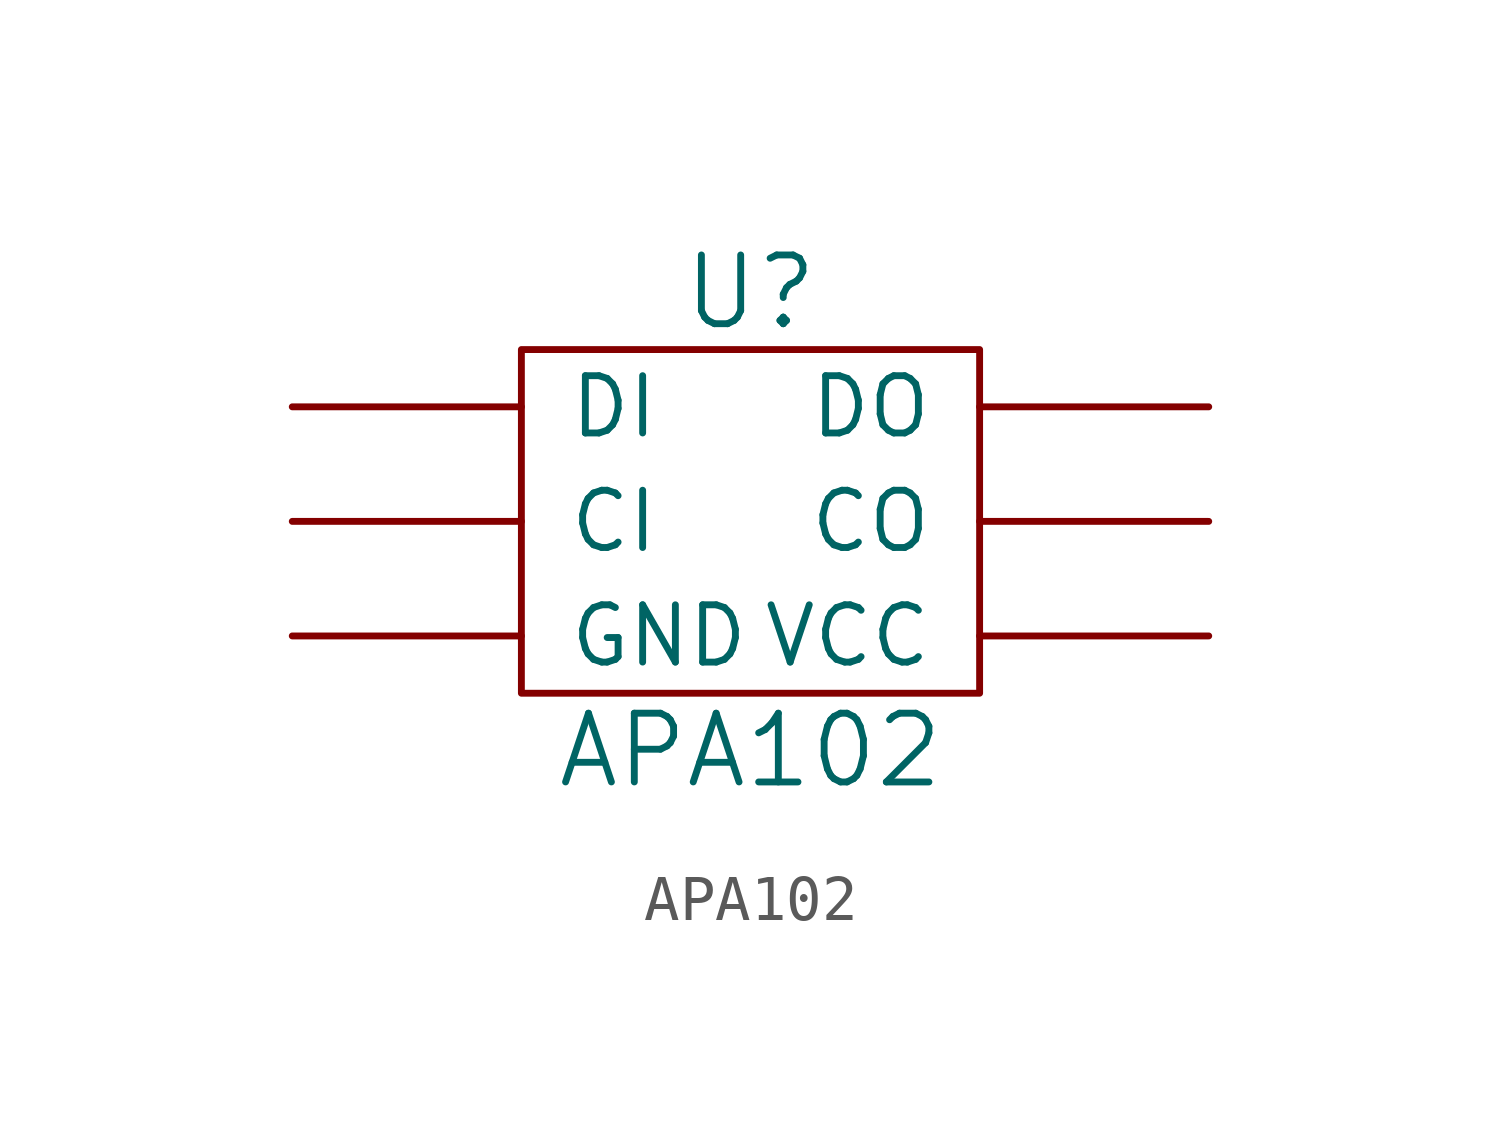
<source format=kicad_sym>
(kicad_symbol_lib
  (version 20231120)
  (generator "kicad_symbol_editor")
  (generator_version "8.0")
  (symbol "APA102"
    (pin_names
      (offset 1.016))
    (property "Reference" "U"
      (at 0 5.08 0)
      (effects (font (size 1.524 1.524))))
    (property "Value" "APA102"
      (at 0 -5.08 0)
      (effects (font (size 1.524 1.524))))
    (symbol "APA102_0_1"
      (rectangle (start -5.08 3.81) (end 5.08 -3.81) (stroke (width 0) (type default)) (fill (type none))))
    (symbol "APA102_1_1"
      (pin input line (at -10.16 0 0) (length 5.08) (name "CI" (effects (font (size 1.27 1.27)))) (number "~" (effects (font (size 1.27 1.27)))))
      (pin output line (at 10.16 0 180) (length 5.08) (name "CO" (effects (font (size 1.27 1.27)))) (number "~" (effects (font (size 1.27 1.27)))))
      (pin input line (at -10.16 2.54 0) (length 5.08) (name "DI" (effects (font (size 1.27 1.27)))) (number "~" (effects (font (size 1.27 1.27)))))
      (pin output line (at 10.16 2.54 180) (length 5.08) (name "DO" (effects (font (size 1.27 1.27)))) (number "~" (effects (font (size 1.27 1.27)))))
      (pin power_in line (at -10.16 -2.54 0) (length 5.08) (name "GND" (effects (font (size 1.27 1.27)))) (number "~" (effects (font (size 1.27 1.27)))))
      (pin power_in line (at 10.16 -2.54 180) (length 5.08) (name "VCC" (effects (font (size 1.27 1.27)))) (number "~" (effects (font (size 1.27 1.27))))))))
</source>
